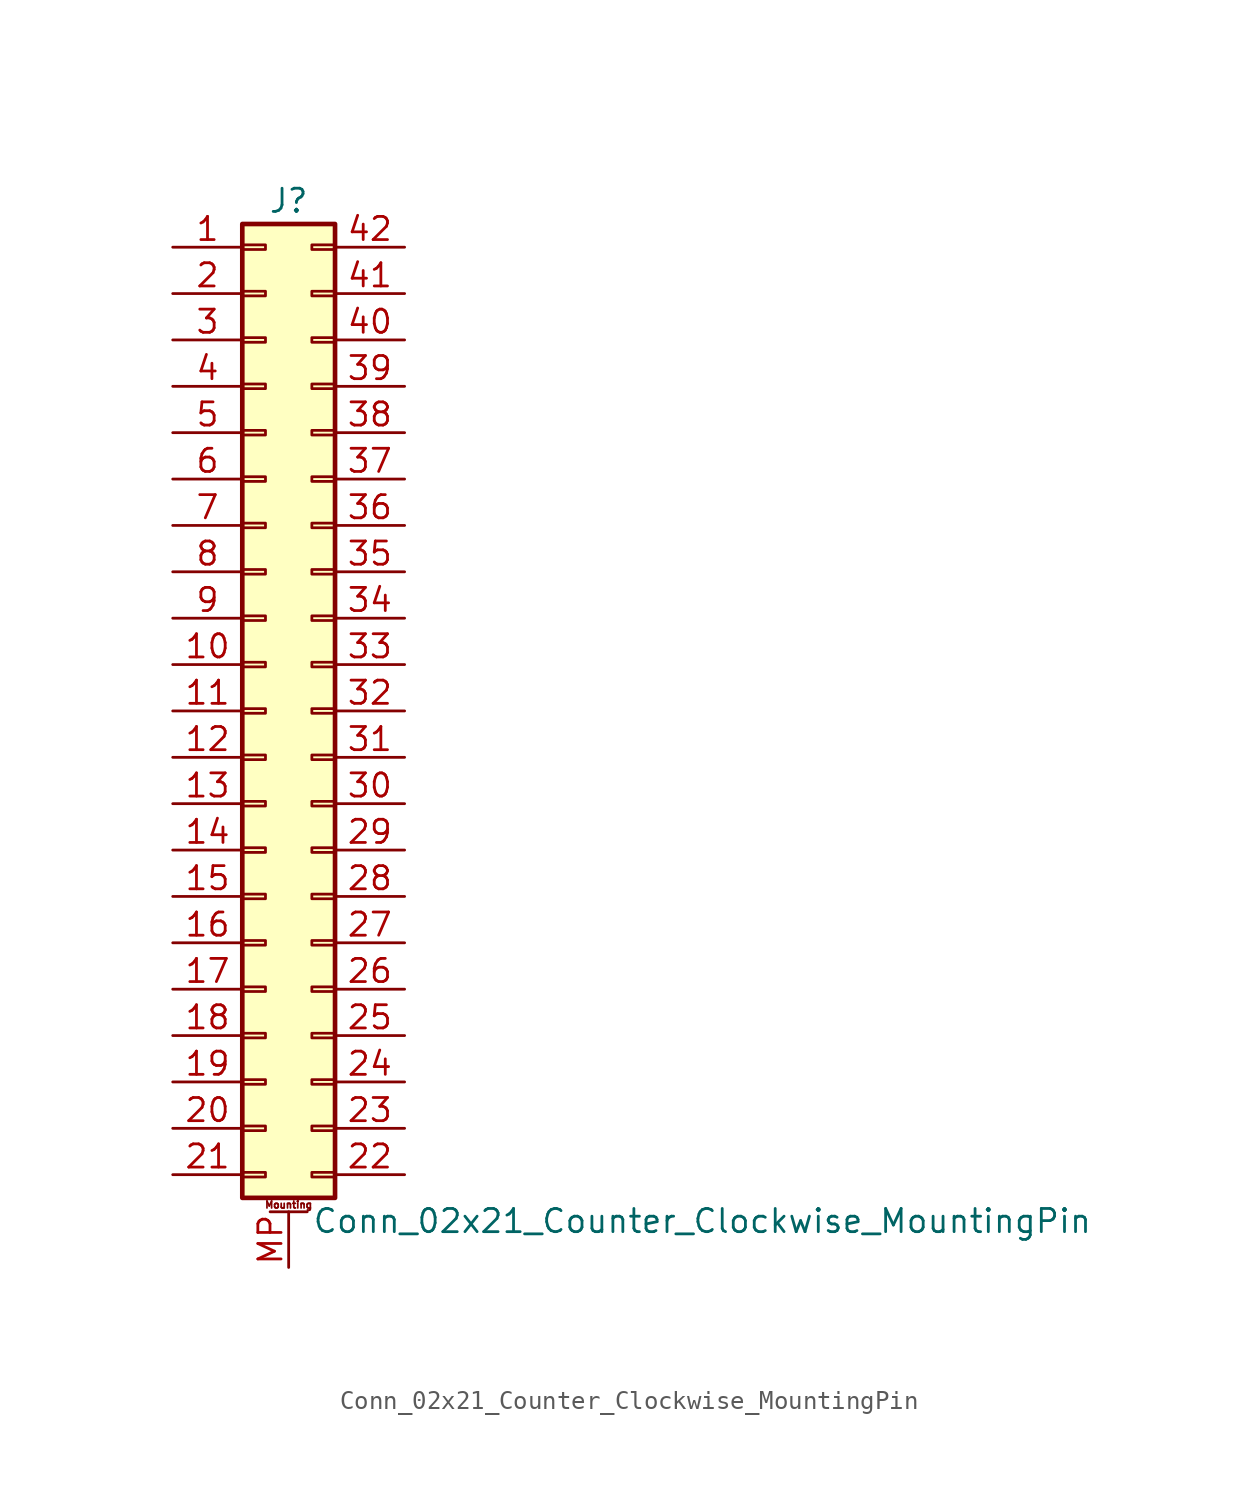
<source format=kicad_sym>
(kicad_symbol_lib
  (version 20211014)
  (generator kicad_symbol_editor)
  (symbol "Conn_02x21_Counter_Clockwise_MountingPin"
    (pin_names
      (offset 1.016) hide)
    (property "Reference" "J"
      (at 1.27 27.94 0)
      (effects (font (size 1.27 1.27))))
    (property "Value" "Conn_02x21_Counter_Clockwise_MountingPin"
      (at 2.54 -27.94 0)
      (effects (font (size 1.27 1.27)) (justify left)))
    (symbol "Conn_02x21_Counter_Clockwise_MountingPin_1_1"
      (rectangle (start -1.27 -25.273) (end 0 -25.527) (stroke (width 0.152) (type default) (color 0 0 0 0)) (fill (type none)))
      (rectangle (start -1.27 -22.733) (end 0 -22.987) (stroke (width 0.152) (type default) (color 0 0 0 0)) (fill (type none)))
      (rectangle (start -1.27 -20.193) (end 0 -20.447) (stroke (width 0.152) (type default) (color 0 0 0 0)) (fill (type none)))
      (rectangle (start -1.27 -17.653) (end 0 -17.907) (stroke (width 0.152) (type default) (color 0 0 0 0)) (fill (type none)))
      (rectangle (start -1.27 -15.113) (end 0 -15.367) (stroke (width 0.152) (type default) (color 0 0 0 0)) (fill (type none)))
      (rectangle (start -1.27 -12.573) (end 0 -12.827) (stroke (width 0.152) (type default) (color 0 0 0 0)) (fill (type none)))
      (rectangle (start -1.27 -10.033) (end 0 -10.287) (stroke (width 0.152) (type default) (color 0 0 0 0)) (fill (type none)))
      (rectangle (start -1.27 -7.493) (end 0 -7.747) (stroke (width 0.152) (type default) (color 0 0 0 0)) (fill (type none)))
      (rectangle (start -1.27 -4.953) (end 0 -5.207) (stroke (width 0.152) (type default) (color 0 0 0 0)) (fill (type none)))
      (rectangle (start -1.27 -2.413) (end 0 -2.667) (stroke (width 0.152) (type default) (color 0 0 0 0)) (fill (type none)))
      (rectangle (start -1.27 0.127) (end 0 -0.127) (stroke (width 0.152) (type default) (color 0 0 0 0)) (fill (type none)))
      (rectangle (start -1.27 2.667) (end 0 2.413) (stroke (width 0.152) (type default) (color 0 0 0 0)) (fill (type none)))
      (rectangle (start -1.27 5.207) (end 0 4.953) (stroke (width 0.152) (type default) (color 0 0 0 0)) (fill (type none)))
      (rectangle (start -1.27 7.747) (end 0 7.493) (stroke (width 0.152) (type default) (color 0 0 0 0)) (fill (type none)))
      (rectangle (start -1.27 10.287) (end 0 10.033) (stroke (width 0.152) (type default) (color 0 0 0 0)) (fill (type none)))
      (rectangle (start -1.27 12.827) (end 0 12.573) (stroke (width 0.152) (type default) (color 0 0 0 0)) (fill (type none)))
      (rectangle (start -1.27 15.367) (end 0 15.113) (stroke (width 0.152) (type default) (color 0 0 0 0)) (fill (type none)))
      (rectangle (start -1.27 17.907) (end 0 17.653) (stroke (width 0.152) (type default) (color 0 0 0 0)) (fill (type none)))
      (rectangle (start -1.27 20.447) (end 0 20.193) (stroke (width 0.152) (type default) (color 0 0 0 0)) (fill (type none)))
      (rectangle (start -1.27 22.987) (end 0 22.733) (stroke (width 0.152) (type default) (color 0 0 0 0)) (fill (type none)))
      (rectangle (start -1.27 25.527) (end 0 25.273) (stroke (width 0.152) (type default) (color 0 0 0 0)) (fill (type none)))
      (rectangle (start -1.27 26.67) (end 3.81 -26.67) (stroke (width 0.254) (type default) (color 0 0 0 0)) (fill (type background)))
      (polyline (pts (xy 0.254 -27.432) (xy 2.286 -27.432)) (stroke (width 0.152) (type default) (color 0 0 0 0)) (fill (type none)))
      (rectangle (start 3.81 -25.273) (end 2.54 -25.527) (stroke (width 0.152) (type default) (color 0 0 0 0)) (fill (type none)))
      (rectangle (start 3.81 -22.733) (end 2.54 -22.987) (stroke (width 0.152) (type default) (color 0 0 0 0)) (fill (type none)))
      (rectangle (start 3.81 -20.193) (end 2.54 -20.447) (stroke (width 0.152) (type default) (color 0 0 0 0)) (fill (type none)))
      (rectangle (start 3.81 -17.653) (end 2.54 -17.907) (stroke (width 0.152) (type default) (color 0 0 0 0)) (fill (type none)))
      (rectangle (start 3.81 -15.113) (end 2.54 -15.367) (stroke (width 0.152) (type default) (color 0 0 0 0)) (fill (type none)))
      (rectangle (start 3.81 -12.573) (end 2.54 -12.827) (stroke (width 0.152) (type default) (color 0 0 0 0)) (fill (type none)))
      (rectangle (start 3.81 -10.033) (end 2.54 -10.287) (stroke (width 0.152) (type default) (color 0 0 0 0)) (fill (type none)))
      (rectangle (start 3.81 -7.493) (end 2.54 -7.747) (stroke (width 0.152) (type default) (color 0 0 0 0)) (fill (type none)))
      (rectangle (start 3.81 -4.953) (end 2.54 -5.207) (stroke (width 0.152) (type default) (color 0 0 0 0)) (fill (type none)))
      (rectangle (start 3.81 -2.413) (end 2.54 -2.667) (stroke (width 0.152) (type default) (color 0 0 0 0)) (fill (type none)))
      (rectangle (start 3.81 0.127) (end 2.54 -0.127) (stroke (width 0.152) (type default) (color 0 0 0 0)) (fill (type none)))
      (rectangle (start 3.81 2.667) (end 2.54 2.413) (stroke (width 0.152) (type default) (color 0 0 0 0)) (fill (type none)))
      (rectangle (start 3.81 5.207) (end 2.54 4.953) (stroke (width 0.152) (type default) (color 0 0 0 0)) (fill (type none)))
      (rectangle (start 3.81 7.747) (end 2.54 7.493) (stroke (width 0.152) (type default) (color 0 0 0 0)) (fill (type none)))
      (rectangle (start 3.81 10.287) (end 2.54 10.033) (stroke (width 0.152) (type default) (color 0 0 0 0)) (fill (type none)))
      (rectangle (start 3.81 12.827) (end 2.54 12.573) (stroke (width 0.152) (type default) (color 0 0 0 0)) (fill (type none)))
      (rectangle (start 3.81 15.367) (end 2.54 15.113) (stroke (width 0.152) (type default) (color 0 0 0 0)) (fill (type none)))
      (rectangle (start 3.81 17.907) (end 2.54 17.653) (stroke (width 0.152) (type default) (color 0 0 0 0)) (fill (type none)))
      (rectangle (start 3.81 20.447) (end 2.54 20.193) (stroke (width 0.152) (type default) (color 0 0 0 0)) (fill (type none)))
      (rectangle (start 3.81 22.987) (end 2.54 22.733) (stroke (width 0.152) (type default) (color 0 0 0 0)) (fill (type none)))
      (rectangle (start 3.81 25.527) (end 2.54 25.273) (stroke (width 0.152) (type default) (color 0 0 0 0)) (fill (type none)))
      (text "Mounting" (at 1.27 -27.051 0) (effects (font (size 0.381 0.381))))
      (pin passive line (at -5.08 25.4 0) (length 3.81) (name "Pin_1" (effects (font (size 1.27 1.27)))) (number "1" (effects (font (size 1.27 1.27)))))
      (pin passive line (at -5.08 2.54 0) (length 3.81) (name "Pin_10" (effects (font (size 1.27 1.27)))) (number "10" (effects (font (size 1.27 1.27)))))
      (pin passive line (at -5.08 0 0) (length 3.81) (name "Pin_11" (effects (font (size 1.27 1.27)))) (number "11" (effects (font (size 1.27 1.27)))))
      (pin passive line (at -5.08 -2.54 0) (length 3.81) (name "Pin_12" (effects (font (size 1.27 1.27)))) (number "12" (effects (font (size 1.27 1.27)))))
      (pin passive line (at -5.08 -5.08 0) (length 3.81) (name "Pin_13" (effects (font (size 1.27 1.27)))) (number "13" (effects (font (size 1.27 1.27)))))
      (pin passive line (at -5.08 -7.62 0) (length 3.81) (name "Pin_14" (effects (font (size 1.27 1.27)))) (number "14" (effects (font (size 1.27 1.27)))))
      (pin passive line (at -5.08 -10.16 0) (length 3.81) (name "Pin_15" (effects (font (size 1.27 1.27)))) (number "15" (effects (font (size 1.27 1.27)))))
      (pin passive line (at -5.08 -12.7 0) (length 3.81) (name "Pin_16" (effects (font (size 1.27 1.27)))) (number "16" (effects (font (size 1.27 1.27)))))
      (pin passive line (at -5.08 -15.24 0) (length 3.81) (name "Pin_17" (effects (font (size 1.27 1.27)))) (number "17" (effects (font (size 1.27 1.27)))))
      (pin passive line (at -5.08 -17.78 0) (length 3.81) (name "Pin_18" (effects (font (size 1.27 1.27)))) (number "18" (effects (font (size 1.27 1.27)))))
      (pin passive line (at -5.08 -20.32 0) (length 3.81) (name "Pin_19" (effects (font (size 1.27 1.27)))) (number "19" (effects (font (size 1.27 1.27)))))
      (pin passive line (at -5.08 22.86 0) (length 3.81) (name "Pin_2" (effects (font (size 1.27 1.27)))) (number "2" (effects (font (size 1.27 1.27)))))
      (pin passive line (at -5.08 -22.86 0) (length 3.81) (name "Pin_20" (effects (font (size 1.27 1.27)))) (number "20" (effects (font (size 1.27 1.27)))))
      (pin passive line (at -5.08 -25.4 0) (length 3.81) (name "Pin_21" (effects (font (size 1.27 1.27)))) (number "21" (effects (font (size 1.27 1.27)))))
      (pin passive line (at 7.62 -25.4 180) (length 3.81) (name "Pin_22" (effects (font (size 1.27 1.27)))) (number "22" (effects (font (size 1.27 1.27)))))
      (pin passive line (at 7.62 -22.86 180) (length 3.81) (name "Pin_23" (effects (font (size 1.27 1.27)))) (number "23" (effects (font (size 1.27 1.27)))))
      (pin passive line (at 7.62 -20.32 180) (length 3.81) (name "Pin_24" (effects (font (size 1.27 1.27)))) (number "24" (effects (font (size 1.27 1.27)))))
      (pin passive line (at 7.62 -17.78 180) (length 3.81) (name "Pin_25" (effects (font (size 1.27 1.27)))) (number "25" (effects (font (size 1.27 1.27)))))
      (pin passive line (at 7.62 -15.24 180) (length 3.81) (name "Pin_26" (effects (font (size 1.27 1.27)))) (number "26" (effects (font (size 1.27 1.27)))))
      (pin passive line (at 7.62 -12.7 180) (length 3.81) (name "Pin_27" (effects (font (size 1.27 1.27)))) (number "27" (effects (font (size 1.27 1.27)))))
      (pin passive line (at 7.62 -10.16 180) (length 3.81) (name "Pin_28" (effects (font (size 1.27 1.27)))) (number "28" (effects (font (size 1.27 1.27)))))
      (pin passive line (at 7.62 -7.62 180) (length 3.81) (name "Pin_29" (effects (font (size 1.27 1.27)))) (number "29" (effects (font (size 1.27 1.27)))))
      (pin passive line (at -5.08 20.32 0) (length 3.81) (name "Pin_3" (effects (font (size 1.27 1.27)))) (number "3" (effects (font (size 1.27 1.27)))))
      (pin passive line (at 7.62 -5.08 180) (length 3.81) (name "Pin_30" (effects (font (size 1.27 1.27)))) (number "30" (effects (font (size 1.27 1.27)))))
      (pin passive line (at 7.62 -2.54 180) (length 3.81) (name "Pin_31" (effects (font (size 1.27 1.27)))) (number "31" (effects (font (size 1.27 1.27)))))
      (pin passive line (at 7.62 0 180) (length 3.81) (name "Pin_32" (effects (font (size 1.27 1.27)))) (number "32" (effects (font (size 1.27 1.27)))))
      (pin passive line (at 7.62 2.54 180) (length 3.81) (name "Pin_33" (effects (font (size 1.27 1.27)))) (number "33" (effects (font (size 1.27 1.27)))))
      (pin passive line (at 7.62 5.08 180) (length 3.81) (name "Pin_34" (effects (font (size 1.27 1.27)))) (number "34" (effects (font (size 1.27 1.27)))))
      (pin passive line (at 7.62 7.62 180) (length 3.81) (name "Pin_35" (effects (font (size 1.27 1.27)))) (number "35" (effects (font (size 1.27 1.27)))))
      (pin passive line (at 7.62 10.16 180) (length 3.81) (name "Pin_36" (effects (font (size 1.27 1.27)))) (number "36" (effects (font (size 1.27 1.27)))))
      (pin passive line (at 7.62 12.7 180) (length 3.81) (name "Pin_37" (effects (font (size 1.27 1.27)))) (number "37" (effects (font (size 1.27 1.27)))))
      (pin passive line (at 7.62 15.24 180) (length 3.81) (name "Pin_38" (effects (font (size 1.27 1.27)))) (number "38" (effects (font (size 1.27 1.27)))))
      (pin passive line (at 7.62 17.78 180) (length 3.81) (name "Pin_39" (effects (font (size 1.27 1.27)))) (number "39" (effects (font (size 1.27 1.27)))))
      (pin passive line (at -5.08 17.78 0) (length 3.81) (name "Pin_4" (effects (font (size 1.27 1.27)))) (number "4" (effects (font (size 1.27 1.27)))))
      (pin passive line (at 7.62 20.32 180) (length 3.81) (name "Pin_40" (effects (font (size 1.27 1.27)))) (number "40" (effects (font (size 1.27 1.27)))))
      (pin passive line (at 7.62 22.86 180) (length 3.81) (name "Pin_41" (effects (font (size 1.27 1.27)))) (number "41" (effects (font (size 1.27 1.27)))))
      (pin passive line (at 7.62 25.4 180) (length 3.81) (name "Pin_42" (effects (font (size 1.27 1.27)))) (number "42" (effects (font (size 1.27 1.27)))))
      (pin passive line (at -5.08 15.24 0) (length 3.81) (name "Pin_5" (effects (font (size 1.27 1.27)))) (number "5" (effects (font (size 1.27 1.27)))))
      (pin passive line (at -5.08 12.7 0) (length 3.81) (name "Pin_6" (effects (font (size 1.27 1.27)))) (number "6" (effects (font (size 1.27 1.27)))))
      (pin passive line (at -5.08 10.16 0) (length 3.81) (name "Pin_7" (effects (font (size 1.27 1.27)))) (number "7" (effects (font (size 1.27 1.27)))))
      (pin passive line (at -5.08 7.62 0) (length 3.81) (name "Pin_8" (effects (font (size 1.27 1.27)))) (number "8" (effects (font (size 1.27 1.27)))))
      (pin passive line (at -5.08 5.08 0) (length 3.81) (name "Pin_9" (effects (font (size 1.27 1.27)))) (number "9" (effects (font (size 1.27 1.27)))))
      (pin passive line (at 1.27 -30.48 90) (length 3.048) (name "MountPin" (effects (font (size 1.27 1.27)))) (number "MP" (effects (font (size 1.27 1.27))))))))
</source>
